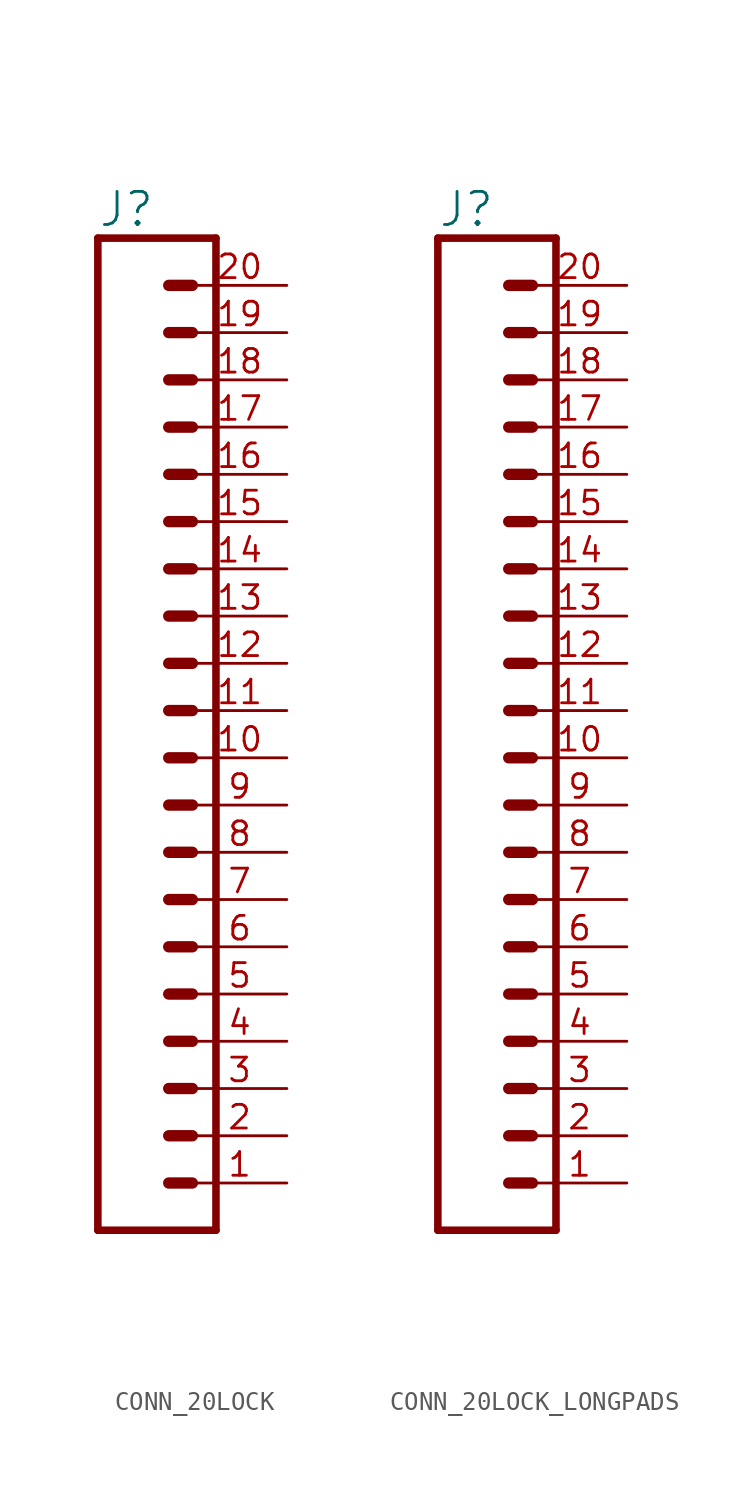
<source format=kicad_sym>
(kicad_symbol_lib
  (version 20231120)
  (generator "kicad_symbol_editor")
  (generator_version "8.0")
  (symbol "CONN_20LOCK"
    (property "Reference" "J"
      (at 0 56.388 0)
      (effects (font (size 1.778 1.778)) (justify left bottom)))
    (property "Value" ""
      (at 0 0.254 0)
      (effects (font (size 1.778 1.778)) (justify left bottom)))
    (property "ki_locked" ""
      (at 0 0 0)
      (effects (font (size 1.27 1.27))))
    (symbol "CONN_20LOCK_1_0"
      (polyline (pts (xy 0 55.88) (xy 0 2.54)) (stroke (width 0.406) (type solid)) (fill (type none)))
      (polyline (pts (xy 0 55.88) (xy 6.35 55.88)) (stroke (width 0.406) (type solid)) (fill (type none)))
      (polyline (pts (xy 3.81 5.08) (xy 5.08 5.08)) (stroke (width 0.61) (type solid)) (fill (type none)))
      (polyline (pts (xy 3.81 7.62) (xy 5.08 7.62)) (stroke (width 0.61) (type solid)) (fill (type none)))
      (polyline (pts (xy 3.81 10.16) (xy 5.08 10.16)) (stroke (width 0.61) (type solid)) (fill (type none)))
      (polyline (pts (xy 3.81 12.7) (xy 5.08 12.7)) (stroke (width 0.61) (type solid)) (fill (type none)))
      (polyline (pts (xy 3.81 15.24) (xy 5.08 15.24)) (stroke (width 0.61) (type solid)) (fill (type none)))
      (polyline (pts (xy 3.81 17.78) (xy 5.08 17.78)) (stroke (width 0.61) (type solid)) (fill (type none)))
      (polyline (pts (xy 3.81 20.32) (xy 5.08 20.32)) (stroke (width 0.61) (type solid)) (fill (type none)))
      (polyline (pts (xy 3.81 22.86) (xy 5.08 22.86)) (stroke (width 0.61) (type solid)) (fill (type none)))
      (polyline (pts (xy 3.81 25.4) (xy 5.08 25.4)) (stroke (width 0.61) (type solid)) (fill (type none)))
      (polyline (pts (xy 3.81 27.94) (xy 5.08 27.94)) (stroke (width 0.61) (type solid)) (fill (type none)))
      (polyline (pts (xy 3.81 30.48) (xy 5.08 30.48)) (stroke (width 0.61) (type solid)) (fill (type none)))
      (polyline (pts (xy 3.81 33.02) (xy 5.08 33.02)) (stroke (width 0.61) (type solid)) (fill (type none)))
      (polyline (pts (xy 3.81 35.56) (xy 5.08 35.56)) (stroke (width 0.61) (type solid)) (fill (type none)))
      (polyline (pts (xy 3.81 38.1) (xy 5.08 38.1)) (stroke (width 0.61) (type solid)) (fill (type none)))
      (polyline (pts (xy 3.81 40.64) (xy 5.08 40.64)) (stroke (width 0.61) (type solid)) (fill (type none)))
      (polyline (pts (xy 3.81 43.18) (xy 5.08 43.18)) (stroke (width 0.61) (type solid)) (fill (type none)))
      (polyline (pts (xy 3.81 45.72) (xy 5.08 45.72)) (stroke (width 0.61) (type solid)) (fill (type none)))
      (polyline (pts (xy 3.81 48.26) (xy 5.08 48.26)) (stroke (width 0.61) (type solid)) (fill (type none)))
      (polyline (pts (xy 3.81 50.8) (xy 5.08 50.8)) (stroke (width 0.61) (type solid)) (fill (type none)))
      (polyline (pts (xy 3.81 53.34) (xy 5.08 53.34)) (stroke (width 0.61) (type solid)) (fill (type none)))
      (polyline (pts (xy 6.35 2.54) (xy 0 2.54)) (stroke (width 0.406) (type solid)) (fill (type none)))
      (polyline (pts (xy 6.35 2.54) (xy 6.35 55.88)) (stroke (width 0.406) (type solid)) (fill (type none)))
      (pin passive line (at 10.16 5.08 180) (length 5.08) (name "1" (effects (font (size 0 0)))) (number "1" (effects (font (size 1.27 1.27)))))
      (pin passive line (at 10.16 27.94 180) (length 5.08) (name "10" (effects (font (size 0 0)))) (number "10" (effects (font (size 1.27 1.27)))))
      (pin passive line (at 10.16 30.48 180) (length 5.08) (name "11" (effects (font (size 0 0)))) (number "11" (effects (font (size 1.27 1.27)))))
      (pin passive line (at 10.16 33.02 180) (length 5.08) (name "12" (effects (font (size 0 0)))) (number "12" (effects (font (size 1.27 1.27)))))
      (pin passive line (at 10.16 35.56 180) (length 5.08) (name "13" (effects (font (size 0 0)))) (number "13" (effects (font (size 1.27 1.27)))))
      (pin passive line (at 10.16 38.1 180) (length 5.08) (name "14" (effects (font (size 0 0)))) (number "14" (effects (font (size 1.27 1.27)))))
      (pin passive line (at 10.16 40.64 180) (length 5.08) (name "15" (effects (font (size 0 0)))) (number "15" (effects (font (size 1.27 1.27)))))
      (pin passive line (at 10.16 43.18 180) (length 5.08) (name "16" (effects (font (size 0 0)))) (number "16" (effects (font (size 1.27 1.27)))))
      (pin passive line (at 10.16 45.72 180) (length 5.08) (name "17" (effects (font (size 0 0)))) (number "17" (effects (font (size 1.27 1.27)))))
      (pin passive line (at 10.16 48.26 180) (length 5.08) (name "18" (effects (font (size 0 0)))) (number "18" (effects (font (size 1.27 1.27)))))
      (pin passive line (at 10.16 50.8 180) (length 5.08) (name "19" (effects (font (size 0 0)))) (number "19" (effects (font (size 1.27 1.27)))))
      (pin passive line (at 10.16 7.62 180) (length 5.08) (name "2" (effects (font (size 0 0)))) (number "2" (effects (font (size 1.27 1.27)))))
      (pin passive line (at 10.16 53.34 180) (length 5.08) (name "20" (effects (font (size 0 0)))) (number "20" (effects (font (size 1.27 1.27)))))
      (pin passive line (at 10.16 10.16 180) (length 5.08) (name "3" (effects (font (size 0 0)))) (number "3" (effects (font (size 1.27 1.27)))))
      (pin passive line (at 10.16 12.7 180) (length 5.08) (name "4" (effects (font (size 0 0)))) (number "4" (effects (font (size 1.27 1.27)))))
      (pin passive line (at 10.16 15.24 180) (length 5.08) (name "5" (effects (font (size 0 0)))) (number "5" (effects (font (size 1.27 1.27)))))
      (pin passive line (at 10.16 17.78 180) (length 5.08) (name "6" (effects (font (size 0 0)))) (number "6" (effects (font (size 1.27 1.27)))))
      (pin passive line (at 10.16 20.32 180) (length 5.08) (name "7" (effects (font (size 0 0)))) (number "7" (effects (font (size 1.27 1.27)))))
      (pin passive line (at 10.16 22.86 180) (length 5.08) (name "8" (effects (font (size 0 0)))) (number "8" (effects (font (size 1.27 1.27)))))
      (pin passive line (at 10.16 25.4 180) (length 5.08) (name "9" (effects (font (size 0 0)))) (number "9" (effects (font (size 1.27 1.27)))))))
  (symbol "CONN_20LOCK_LONGPADS"
    (property "Reference" "J"
      (at 0 56.388 0)
      (effects (font (size 1.778 1.778)) (justify left bottom)))
    (property "Value" ""
      (at 0 0.254 0)
      (effects (font (size 1.778 1.778)) (justify left bottom)))
    (property "ki_locked" ""
      (at 0 0 0)
      (effects (font (size 1.27 1.27))))
    (symbol "CONN_20LOCK_LONGPADS_1_0"
      (polyline (pts (xy 0 55.88) (xy 0 2.54)) (stroke (width 0.406) (type solid)) (fill (type none)))
      (polyline (pts (xy 0 55.88) (xy 6.35 55.88)) (stroke (width 0.406) (type solid)) (fill (type none)))
      (polyline (pts (xy 3.81 5.08) (xy 5.08 5.08)) (stroke (width 0.61) (type solid)) (fill (type none)))
      (polyline (pts (xy 3.81 7.62) (xy 5.08 7.62)) (stroke (width 0.61) (type solid)) (fill (type none)))
      (polyline (pts (xy 3.81 10.16) (xy 5.08 10.16)) (stroke (width 0.61) (type solid)) (fill (type none)))
      (polyline (pts (xy 3.81 12.7) (xy 5.08 12.7)) (stroke (width 0.61) (type solid)) (fill (type none)))
      (polyline (pts (xy 3.81 15.24) (xy 5.08 15.24)) (stroke (width 0.61) (type solid)) (fill (type none)))
      (polyline (pts (xy 3.81 17.78) (xy 5.08 17.78)) (stroke (width 0.61) (type solid)) (fill (type none)))
      (polyline (pts (xy 3.81 20.32) (xy 5.08 20.32)) (stroke (width 0.61) (type solid)) (fill (type none)))
      (polyline (pts (xy 3.81 22.86) (xy 5.08 22.86)) (stroke (width 0.61) (type solid)) (fill (type none)))
      (polyline (pts (xy 3.81 25.4) (xy 5.08 25.4)) (stroke (width 0.61) (type solid)) (fill (type none)))
      (polyline (pts (xy 3.81 27.94) (xy 5.08 27.94)) (stroke (width 0.61) (type solid)) (fill (type none)))
      (polyline (pts (xy 3.81 30.48) (xy 5.08 30.48)) (stroke (width 0.61) (type solid)) (fill (type none)))
      (polyline (pts (xy 3.81 33.02) (xy 5.08 33.02)) (stroke (width 0.61) (type solid)) (fill (type none)))
      (polyline (pts (xy 3.81 35.56) (xy 5.08 35.56)) (stroke (width 0.61) (type solid)) (fill (type none)))
      (polyline (pts (xy 3.81 38.1) (xy 5.08 38.1)) (stroke (width 0.61) (type solid)) (fill (type none)))
      (polyline (pts (xy 3.81 40.64) (xy 5.08 40.64)) (stroke (width 0.61) (type solid)) (fill (type none)))
      (polyline (pts (xy 3.81 43.18) (xy 5.08 43.18)) (stroke (width 0.61) (type solid)) (fill (type none)))
      (polyline (pts (xy 3.81 45.72) (xy 5.08 45.72)) (stroke (width 0.61) (type solid)) (fill (type none)))
      (polyline (pts (xy 3.81 48.26) (xy 5.08 48.26)) (stroke (width 0.61) (type solid)) (fill (type none)))
      (polyline (pts (xy 3.81 50.8) (xy 5.08 50.8)) (stroke (width 0.61) (type solid)) (fill (type none)))
      (polyline (pts (xy 3.81 53.34) (xy 5.08 53.34)) (stroke (width 0.61) (type solid)) (fill (type none)))
      (polyline (pts (xy 6.35 2.54) (xy 0 2.54)) (stroke (width 0.406) (type solid)) (fill (type none)))
      (polyline (pts (xy 6.35 2.54) (xy 6.35 55.88)) (stroke (width 0.406) (type solid)) (fill (type none)))
      (pin passive line (at 10.16 5.08 180) (length 5.08) (name "1" (effects (font (size 0 0)))) (number "1" (effects (font (size 1.27 1.27)))))
      (pin passive line (at 10.16 27.94 180) (length 5.08) (name "10" (effects (font (size 0 0)))) (number "10" (effects (font (size 1.27 1.27)))))
      (pin passive line (at 10.16 30.48 180) (length 5.08) (name "11" (effects (font (size 0 0)))) (number "11" (effects (font (size 1.27 1.27)))))
      (pin passive line (at 10.16 33.02 180) (length 5.08) (name "12" (effects (font (size 0 0)))) (number "12" (effects (font (size 1.27 1.27)))))
      (pin passive line (at 10.16 35.56 180) (length 5.08) (name "13" (effects (font (size 0 0)))) (number "13" (effects (font (size 1.27 1.27)))))
      (pin passive line (at 10.16 38.1 180) (length 5.08) (name "14" (effects (font (size 0 0)))) (number "14" (effects (font (size 1.27 1.27)))))
      (pin passive line (at 10.16 40.64 180) (length 5.08) (name "15" (effects (font (size 0 0)))) (number "15" (effects (font (size 1.27 1.27)))))
      (pin passive line (at 10.16 43.18 180) (length 5.08) (name "16" (effects (font (size 0 0)))) (number "16" (effects (font (size 1.27 1.27)))))
      (pin passive line (at 10.16 45.72 180) (length 5.08) (name "17" (effects (font (size 0 0)))) (number "17" (effects (font (size 1.27 1.27)))))
      (pin passive line (at 10.16 48.26 180) (length 5.08) (name "18" (effects (font (size 0 0)))) (number "18" (effects (font (size 1.27 1.27)))))
      (pin passive line (at 10.16 50.8 180) (length 5.08) (name "19" (effects (font (size 0 0)))) (number "19" (effects (font (size 1.27 1.27)))))
      (pin passive line (at 10.16 7.62 180) (length 5.08) (name "2" (effects (font (size 0 0)))) (number "2" (effects (font (size 1.27 1.27)))))
      (pin passive line (at 10.16 53.34 180) (length 5.08) (name "20" (effects (font (size 0 0)))) (number "20" (effects (font (size 1.27 1.27)))))
      (pin passive line (at 10.16 10.16 180) (length 5.08) (name "3" (effects (font (size 0 0)))) (number "3" (effects (font (size 1.27 1.27)))))
      (pin passive line (at 10.16 12.7 180) (length 5.08) (name "4" (effects (font (size 0 0)))) (number "4" (effects (font (size 1.27 1.27)))))
      (pin passive line (at 10.16 15.24 180) (length 5.08) (name "5" (effects (font (size 0 0)))) (number "5" (effects (font (size 1.27 1.27)))))
      (pin passive line (at 10.16 17.78 180) (length 5.08) (name "6" (effects (font (size 0 0)))) (number "6" (effects (font (size 1.27 1.27)))))
      (pin passive line (at 10.16 20.32 180) (length 5.08) (name "7" (effects (font (size 0 0)))) (number "7" (effects (font (size 1.27 1.27)))))
      (pin passive line (at 10.16 22.86 180) (length 5.08) (name "8" (effects (font (size 0 0)))) (number "8" (effects (font (size 1.27 1.27)))))
      (pin passive line (at 10.16 25.4 180) (length 5.08) (name "9" (effects (font (size 0 0)))) (number "9" (effects (font (size 1.27 1.27))))))))
</source>
